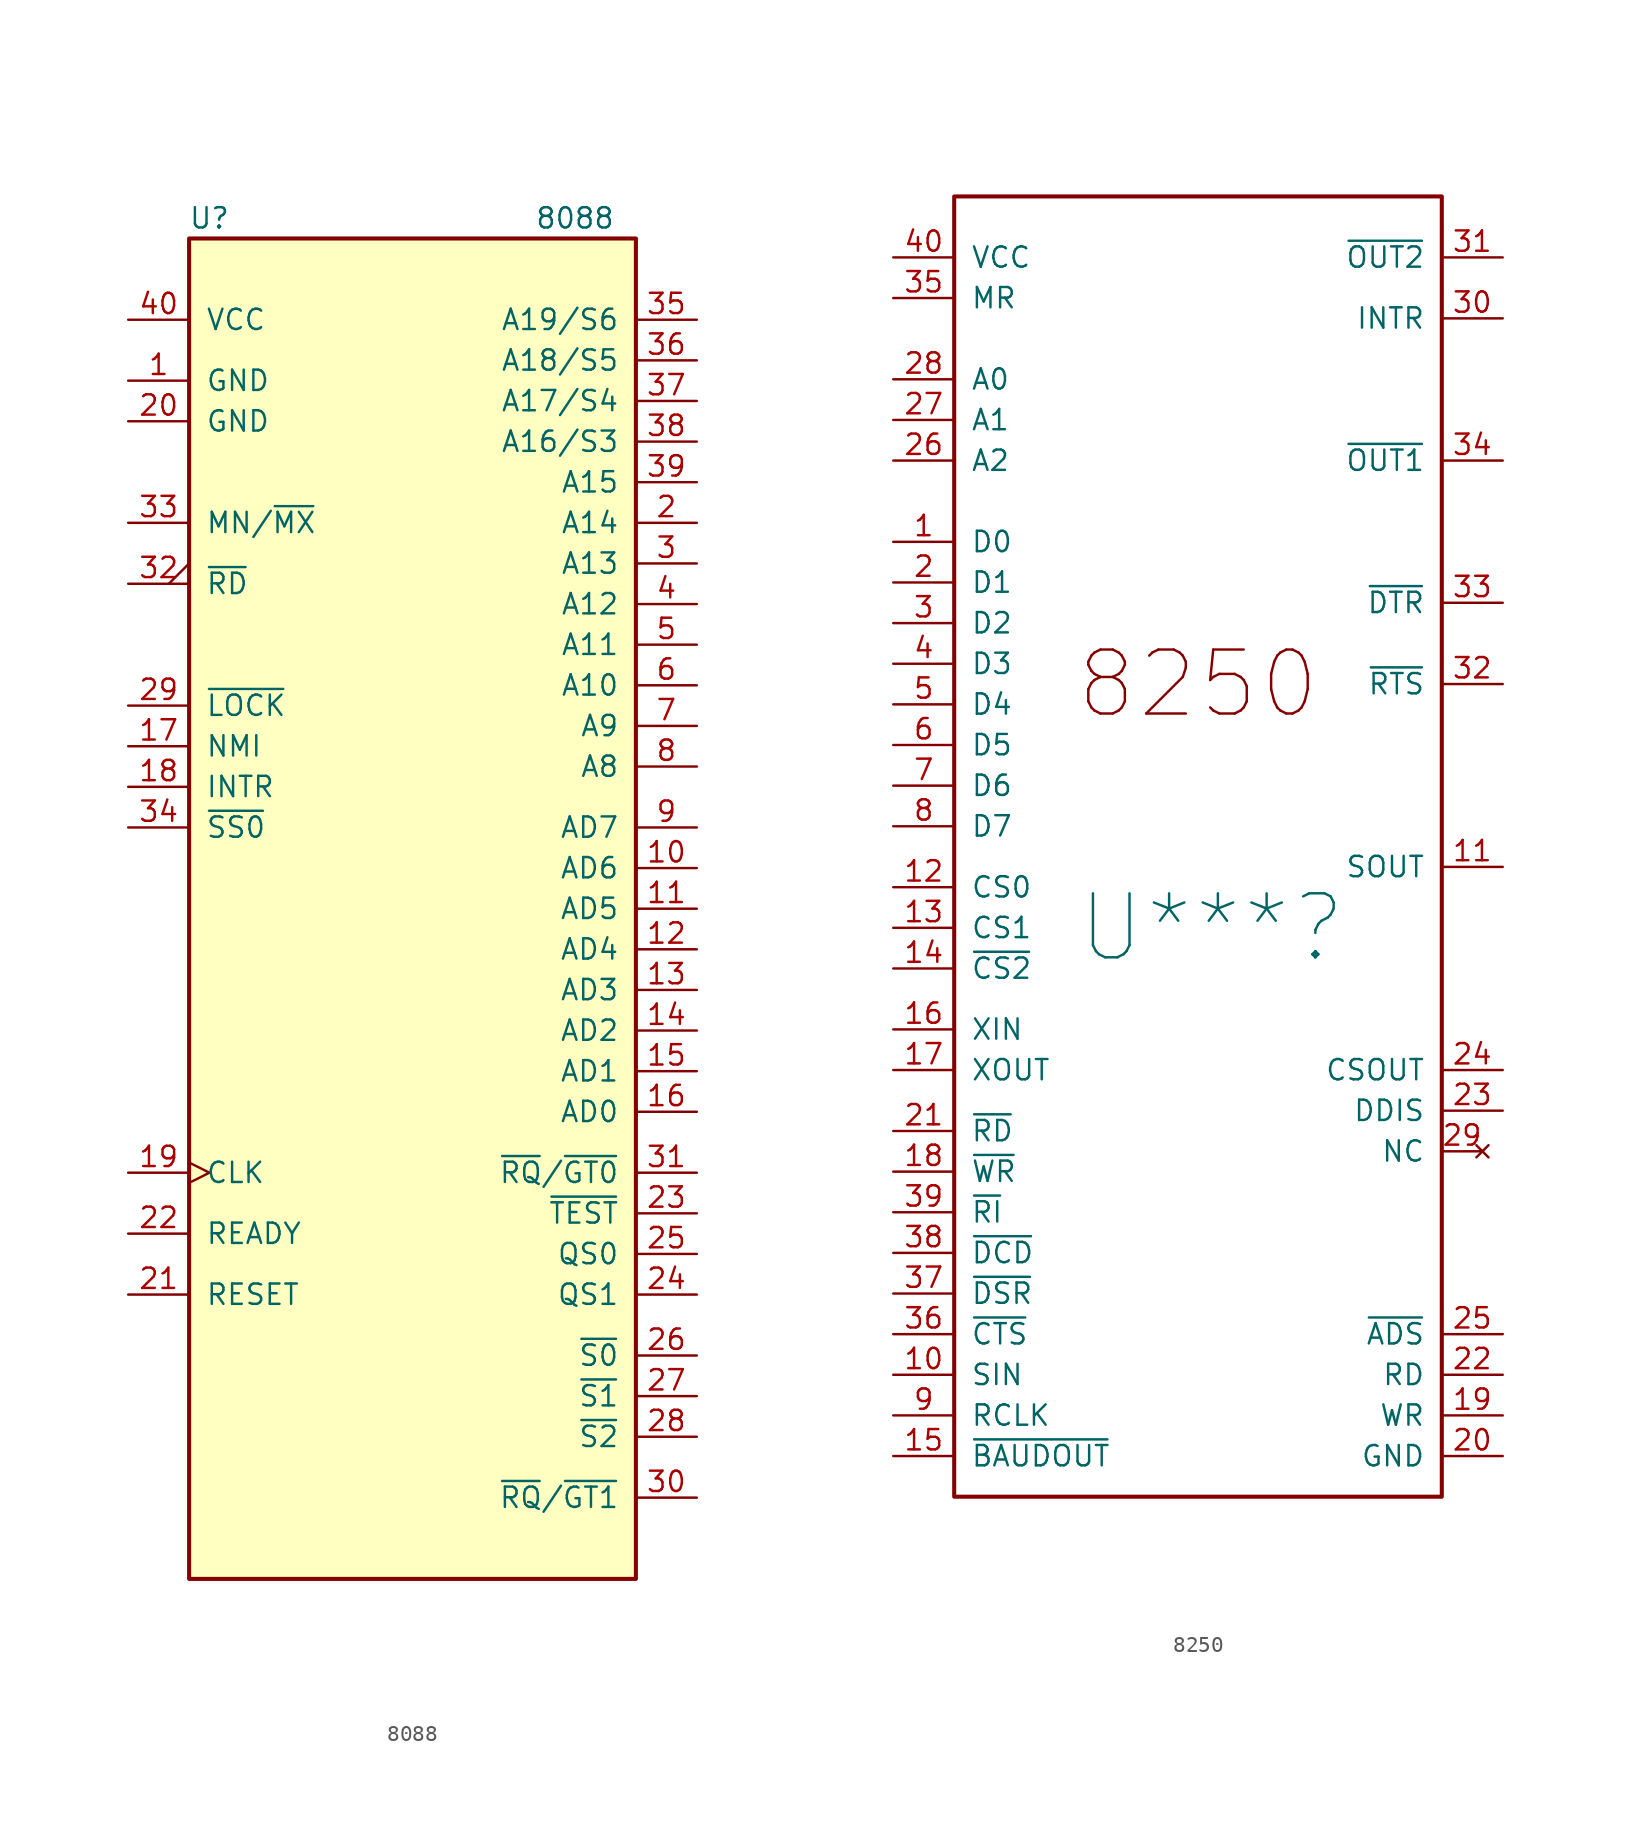
<source format=kicad_sym>
(kicad_symbol_lib
  (version 20220914)
  (generator kicad_symbol_editor)
  (symbol "8088"
    (pin_names
      (offset 1.016))
    (property "Reference" "U"
      (at -12.7 43.18 0)
      (effects (font (size 1.27 1.27))))
    (property "Value" "8088"
      (at 10.16 43.18 0)
      (effects (font (size 1.27 1.27))))
    (symbol "8088_0_1"
      (rectangle (start -13.97 41.91) (end 13.97 -41.91) (stroke (width 0.254) (type default)) (fill (type background))))
    (symbol "8088_1_1"
      (pin power_in line (at -17.78 33.02 0) (length 3.81) (name "GND" (effects (font (size 1.27 1.27)))) (number "1" (effects (font (size 1.27 1.27)))))
      (pin bidirectional line (at 17.78 2.54 180) (length 3.81) (name "AD6" (effects (font (size 1.27 1.27)))) (number "10" (effects (font (size 1.27 1.27)))))
      (pin bidirectional line (at 17.78 0 180) (length 3.81) (name "AD5" (effects (font (size 1.27 1.27)))) (number "11" (effects (font (size 1.27 1.27)))))
      (pin bidirectional line (at 17.78 -2.54 180) (length 3.81) (name "AD4" (effects (font (size 1.27 1.27)))) (number "12" (effects (font (size 1.27 1.27)))))
      (pin bidirectional line (at 17.78 -5.08 180) (length 3.81) (name "AD3" (effects (font (size 1.27 1.27)))) (number "13" (effects (font (size 1.27 1.27)))))
      (pin bidirectional line (at 17.78 -7.62 180) (length 3.81) (name "AD2" (effects (font (size 1.27 1.27)))) (number "14" (effects (font (size 1.27 1.27)))))
      (pin bidirectional line (at 17.78 -10.16 180) (length 3.81) (name "AD1" (effects (font (size 1.27 1.27)))) (number "15" (effects (font (size 1.27 1.27)))))
      (pin bidirectional line (at 17.78 -12.7 180) (length 3.81) (name "AD0" (effects (font (size 1.27 1.27)))) (number "16" (effects (font (size 1.27 1.27)))))
      (pin input line (at -17.78 10.16 0) (length 3.81) (name "NMI" (effects (font (size 1.27 1.27)))) (number "17" (effects (font (size 1.27 1.27)))))
      (pin input line (at -17.78 7.62 0) (length 3.81) (name "INTR" (effects (font (size 1.27 1.27)))) (number "18" (effects (font (size 1.27 1.27)))))
      (pin input clock (at -17.78 -16.51 0) (length 3.81) (name "CLK" (effects (font (size 1.27 1.27)))) (number "19" (effects (font (size 1.27 1.27)))))
      (pin output line (at 17.78 24.13 180) (length 3.81) (name "A14" (effects (font (size 1.27 1.27)))) (number "2" (effects (font (size 1.27 1.27)))))
      (pin power_in line (at -17.78 30.48 0) (length 3.81) (name "GND" (effects (font (size 1.27 1.27)))) (number "20" (effects (font (size 1.27 1.27)))))
      (pin input line (at -17.78 -24.13 0) (length 3.81) (name "RESET" (effects (font (size 1.27 1.27)))) (number "21" (effects (font (size 1.27 1.27)))))
      (pin input line (at -17.78 -20.32 0) (length 3.81) (name "READY" (effects (font (size 1.27 1.27)))) (number "22" (effects (font (size 1.27 1.27)))))
      (pin input line (at 17.78 -19.05 180) (length 3.81) (name "~{TEST}" (effects (font (size 1.27 1.27)))) (number "23" (effects (font (size 1.27 1.27)))))
      (pin output line (at 17.78 -24.13 180) (length 3.81) (name "QS1" (effects (font (size 1.27 1.27)))) (number "24" (effects (font (size 1.27 1.27)))))
      (pin output line (at 17.78 -21.59 180) (length 3.81) (name "QS0" (effects (font (size 1.27 1.27)))) (number "25" (effects (font (size 1.27 1.27)))))
      (pin output line (at 17.78 -27.94 180) (length 3.81) (name "~{S0}" (effects (font (size 1.27 1.27)))) (number "26" (effects (font (size 1.27 1.27)))))
      (pin output line (at 17.78 -30.48 180) (length 3.81) (name "~{S1}" (effects (font (size 1.27 1.27)))) (number "27" (effects (font (size 1.27 1.27)))))
      (pin output line (at 17.78 -33.02 180) (length 3.81) (name "~{S2}" (effects (font (size 1.27 1.27)))) (number "28" (effects (font (size 1.27 1.27)))))
      (pin output line (at -17.78 12.7 0) (length 3.81) (name "~{LOCK}" (effects (font (size 1.27 1.27)))) (number "29" (effects (font (size 1.27 1.27)))))
      (pin output line (at 17.78 21.59 180) (length 3.81) (name "A13" (effects (font (size 1.27 1.27)))) (number "3" (effects (font (size 1.27 1.27)))))
      (pin bidirectional line (at 17.78 -36.83 180) (length 3.81) (name "~{RQ}/~{GT1}" (effects (font (size 1.27 1.27)))) (number "30" (effects (font (size 1.27 1.27)))))
      (pin bidirectional line (at 17.78 -16.51 180) (length 3.81) (name "~{RQ}/~{GT0}" (effects (font (size 1.27 1.27)))) (number "31" (effects (font (size 1.27 1.27)))))
      (pin output output_low (at -17.78 20.32 0) (length 3.81) (name "~{RD}" (effects (font (size 1.27 1.27)))) (number "32" (effects (font (size 1.27 1.27)))))
      (pin input line (at -17.78 24.13 0) (length 3.81) (name "MN/~{MX}" (effects (font (size 1.27 1.27)))) (number "33" (effects (font (size 1.27 1.27)))))
      (pin output line (at -17.78 5.08 0) (length 3.81) (name "~{SS0}" (effects (font (size 1.27 1.27)))) (number "34" (effects (font (size 1.27 1.27)))))
      (pin output line (at 17.78 36.83 180) (length 3.81) (name "A19/S6" (effects (font (size 1.27 1.27)))) (number "35" (effects (font (size 1.27 1.27)))))
      (pin output line (at 17.78 34.29 180) (length 3.81) (name "A18/S5" (effects (font (size 1.27 1.27)))) (number "36" (effects (font (size 1.27 1.27)))))
      (pin output line (at 17.78 31.75 180) (length 3.81) (name "A17/S4" (effects (font (size 1.27 1.27)))) (number "37" (effects (font (size 1.27 1.27)))))
      (pin output line (at 17.78 29.21 180) (length 3.81) (name "A16/S3" (effects (font (size 1.27 1.27)))) (number "38" (effects (font (size 1.27 1.27)))))
      (pin output line (at 17.78 26.67 180) (length 3.81) (name "A15" (effects (font (size 1.27 1.27)))) (number "39" (effects (font (size 1.27 1.27)))))
      (pin output line (at 17.78 19.05 180) (length 3.81) (name "A12" (effects (font (size 1.27 1.27)))) (number "4" (effects (font (size 1.27 1.27)))))
      (pin power_in line (at -17.78 36.83 0) (length 3.81) (name "VCC" (effects (font (size 1.27 1.27)))) (number "40" (effects (font (size 1.27 1.27)))))
      (pin output line (at 17.78 16.51 180) (length 3.81) (name "A11" (effects (font (size 1.27 1.27)))) (number "5" (effects (font (size 1.27 1.27)))))
      (pin output line (at 17.78 13.97 180) (length 3.81) (name "A10" (effects (font (size 1.27 1.27)))) (number "6" (effects (font (size 1.27 1.27)))))
      (pin output line (at 17.78 11.43 180) (length 3.81) (name "A9" (effects (font (size 1.27 1.27)))) (number "7" (effects (font (size 1.27 1.27)))))
      (pin output line (at 17.78 8.89 180) (length 3.81) (name "A8" (effects (font (size 1.27 1.27)))) (number "8" (effects (font (size 1.27 1.27)))))
      (pin bidirectional line (at 17.78 5.08 180) (length 3.81) (name "AD7" (effects (font (size 1.27 1.27)))) (number "9" (effects (font (size 1.27 1.27)))))))
  (symbol "8250"
    (pin_names
      (offset 1.016))
    (property "Reference" "U***"
      (at -7.62 -5.08 0)
      (effects (font (size 4 4)) (justify left)))
    (symbol "8250_1_0"
      (pin no_connect line (at 17.78 -19.05 180) (length 2.54) (name "NC" (effects (font (size 1.27 1.27)))) (number "29" (effects (font (size 1.27 1.27))))))
    (symbol "8250_1_1"
      (rectangle (start -15.24 40.64) (end 15.24 -40.64) (stroke (width 0.254) (type default)) (fill (type none)))
      (text "8250" (at 0 10.16 0) (effects (font (size 4 4))))
      (pin bidirectional line (at -19.05 19.05 0) (length 3.81) (name "D0" (effects (font (size 1.27 1.27)))) (number "1" (effects (font (size 1.27 1.27)))))
      (pin input line (at -19.05 -33.02 0) (length 3.81) (name "SIN" (effects (font (size 1.27 1.27)))) (number "10" (effects (font (size 1.27 1.27)))))
      (pin output line (at 19.05 -1.27 180) (length 3.81) (name "SOUT" (effects (font (size 1.27 1.27)))) (number "11" (effects (font (size 1.27 1.27)))))
      (pin input line (at -19.05 -2.54 0) (length 3.81) (name "CS0" (effects (font (size 1.27 1.27)))) (number "12" (effects (font (size 1.27 1.27)))))
      (pin input line (at -19.05 -5.08 0) (length 3.81) (name "CS1" (effects (font (size 1.27 1.27)))) (number "13" (effects (font (size 1.27 1.27)))))
      (pin input line (at -19.05 -7.62 0) (length 3.81) (name "~{CS2}" (effects (font (size 1.27 1.27)))) (number "14" (effects (font (size 1.27 1.27)))))
      (pin output line (at -19.05 -38.1 0) (length 3.81) (name "~{BAUDOUT}" (effects (font (size 1.27 1.27)))) (number "15" (effects (font (size 1.27 1.27)))))
      (pin input line (at -19.05 -11.43 0) (length 3.81) (name "XIN" (effects (font (size 1.27 1.27)))) (number "16" (effects (font (size 1.27 1.27)))))
      (pin output line (at -19.05 -13.97 0) (length 3.81) (name "XOUT" (effects (font (size 1.27 1.27)))) (number "17" (effects (font (size 1.27 1.27)))))
      (pin input line (at -19.05 -20.32 0) (length 3.81) (name "~{WR}" (effects (font (size 1.27 1.27)))) (number "18" (effects (font (size 1.27 1.27)))))
      (pin input line (at 19.05 -35.56 180) (length 3.81) (name "WR" (effects (font (size 1.27 1.27)))) (number "19" (effects (font (size 1.27 1.27)))))
      (pin bidirectional line (at -19.05 16.51 0) (length 3.81) (name "D1" (effects (font (size 1.27 1.27)))) (number "2" (effects (font (size 1.27 1.27)))))
      (pin power_in line (at 19.05 -38.1 180) (length 3.81) (name "GND" (effects (font (size 1.27 1.27)))) (number "20" (effects (font (size 1.27 1.27)))))
      (pin input line (at -19.05 -17.78 0) (length 3.81) (name "~{RD}" (effects (font (size 1.27 1.27)))) (number "21" (effects (font (size 1.27 1.27)))))
      (pin input line (at 19.05 -33.02 180) (length 3.81) (name "RD" (effects (font (size 1.27 1.27)))) (number "22" (effects (font (size 1.27 1.27)))))
      (pin output line (at 19.05 -16.51 180) (length 3.81) (name "DDIS" (effects (font (size 1.27 1.27)))) (number "23" (effects (font (size 1.27 1.27)))))
      (pin output line (at 19.05 -13.97 180) (length 3.81) (name "CSOUT" (effects (font (size 1.27 1.27)))) (number "24" (effects (font (size 1.27 1.27)))))
      (pin input line (at 19.05 -30.48 180) (length 3.81) (name "~{ADS}" (effects (font (size 1.27 1.27)))) (number "25" (effects (font (size 1.27 1.27)))))
      (pin input line (at -19.05 24.13 0) (length 3.81) (name "A2" (effects (font (size 1.27 1.27)))) (number "26" (effects (font (size 1.27 1.27)))))
      (pin input line (at -19.05 26.67 0) (length 3.81) (name "A1" (effects (font (size 1.27 1.27)))) (number "27" (effects (font (size 1.27 1.27)))))
      (pin input line (at -19.05 29.21 0) (length 3.81) (name "A0" (effects (font (size 1.27 1.27)))) (number "28" (effects (font (size 1.27 1.27)))))
      (pin bidirectional line (at -19.05 13.97 0) (length 3.81) (name "D2" (effects (font (size 1.27 1.27)))) (number "3" (effects (font (size 1.27 1.27)))))
      (pin output line (at 19.05 33.02 180) (length 3.81) (name "INTR" (effects (font (size 1.27 1.27)))) (number "30" (effects (font (size 1.27 1.27)))))
      (pin output line (at 19.05 36.83 180) (length 3.81) (name "~{OUT2}" (effects (font (size 1.27 1.27)))) (number "31" (effects (font (size 1.27 1.27)))))
      (pin output line (at 19.05 10.16 180) (length 3.81) (name "~{RTS}" (effects (font (size 1.27 1.27)))) (number "32" (effects (font (size 1.27 1.27)))))
      (pin output line (at 19.05 15.24 180) (length 3.81) (name "~{DTR}" (effects (font (size 1.27 1.27)))) (number "33" (effects (font (size 1.27 1.27)))))
      (pin output line (at 19.05 24.13 180) (length 3.81) (name "~{OUT1}" (effects (font (size 1.27 1.27)))) (number "34" (effects (font (size 1.27 1.27)))))
      (pin input line (at -19.05 34.29 0) (length 3.81) (name "MR" (effects (font (size 1.27 1.27)))) (number "35" (effects (font (size 1.27 1.27)))))
      (pin input line (at -19.05 -30.48 0) (length 3.81) (name "~{CTS}" (effects (font (size 1.27 1.27)))) (number "36" (effects (font (size 1.27 1.27)))))
      (pin input line (at -19.05 -27.94 0) (length 3.81) (name "~{DSR}" (effects (font (size 1.27 1.27)))) (number "37" (effects (font (size 1.27 1.27)))))
      (pin input line (at -19.05 -25.4 0) (length 3.81) (name "~{DCD}" (effects (font (size 1.27 1.27)))) (number "38" (effects (font (size 1.27 1.27)))))
      (pin input line (at -19.05 -22.86 0) (length 3.81) (name "~{RI}" (effects (font (size 1.27 1.27)))) (number "39" (effects (font (size 1.27 1.27)))))
      (pin bidirectional line (at -19.05 11.43 0) (length 3.81) (name "D3" (effects (font (size 1.27 1.27)))) (number "4" (effects (font (size 1.27 1.27)))))
      (pin power_in line (at -19.05 36.83 0) (length 3.81) (name "VCC" (effects (font (size 1.27 1.27)))) (number "40" (effects (font (size 1.27 1.27)))))
      (pin bidirectional line (at -19.05 8.89 0) (length 3.81) (name "D4" (effects (font (size 1.27 1.27)))) (number "5" (effects (font (size 1.27 1.27)))))
      (pin bidirectional line (at -19.05 6.35 0) (length 3.81) (name "D5" (effects (font (size 1.27 1.27)))) (number "6" (effects (font (size 1.27 1.27)))))
      (pin bidirectional line (at -19.05 3.81 0) (length 3.81) (name "D6" (effects (font (size 1.27 1.27)))) (number "7" (effects (font (size 1.27 1.27)))))
      (pin bidirectional line (at -19.05 1.27 0) (length 3.81) (name "D7" (effects (font (size 1.27 1.27)))) (number "8" (effects (font (size 1.27 1.27)))))
      (pin input line (at -19.05 -35.56 0) (length 3.81) (name "RCLK" (effects (font (size 1.27 1.27)))) (number "9" (effects (font (size 1.27 1.27))))))))
</source>
